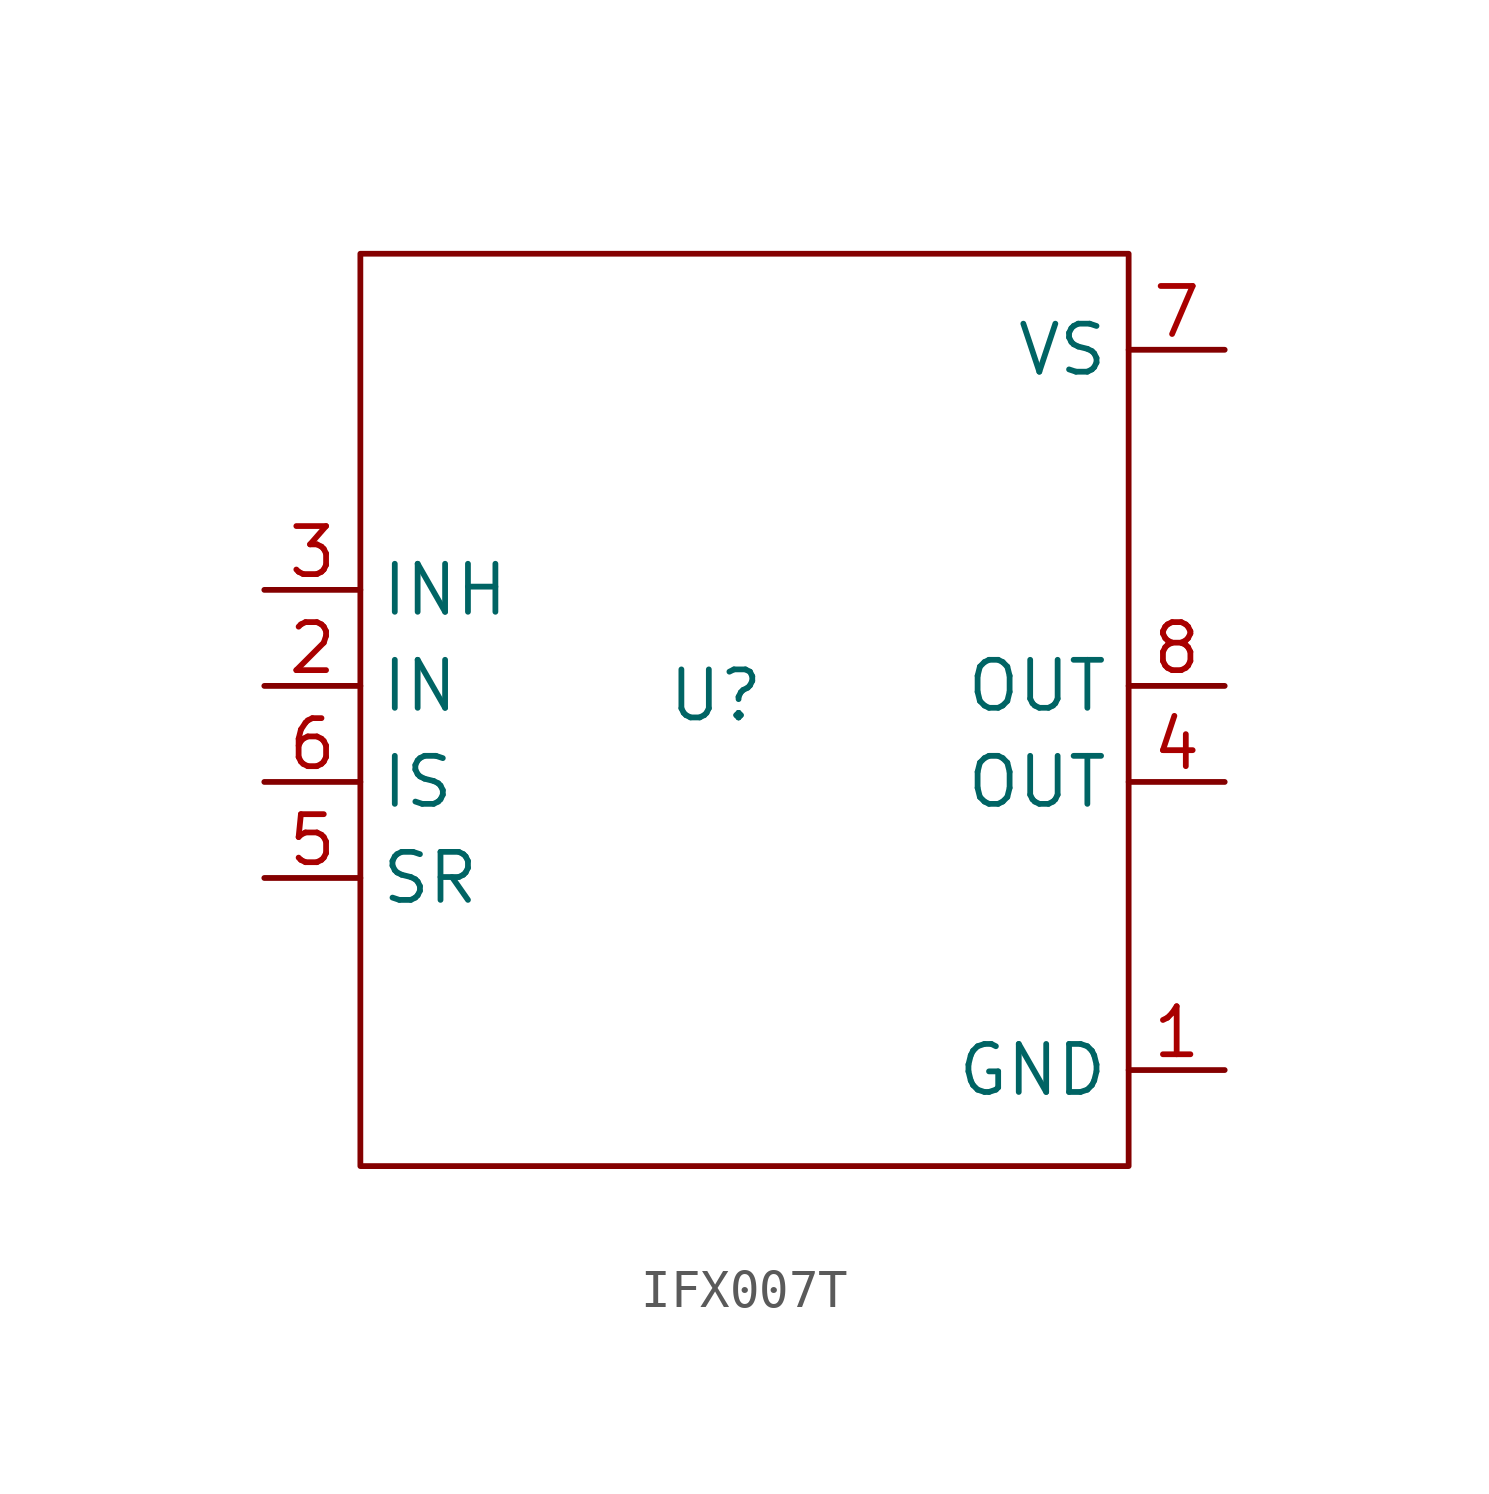
<source format=kicad_sym>
(kicad_symbol_lib
  (version 20231120)
  (generator "kicad_symbol_editor")
  (generator_version "8.0")
  (symbol "IFX007T"
    (property "Reference" "U"
      (at -0.762 -0.254 0)
      (effects (font (size 1.27 1.27))))
    (property "Value" ""
      (at -10.16 11.43 0)
      (effects (font (size 1.27 1.27))))
    (symbol "IFX007T_0_1"
      (rectangle (start -10.16 11.43) (end 10.16 -12.7) (stroke (width 0) (type default)) (fill (type none))))
    (symbol "IFX007T_1_1"
      (pin input line (at 12.7 -10.16 180) (length 2.54) (name "GND" (effects (font (size 1.27 1.27)))) (number "1" (effects (font (size 1.27 1.27)))))
      (pin input line (at -12.7 0 0) (length 2.54) (name "IN" (effects (font (size 1.27 1.27)))) (number "2" (effects (font (size 1.27 1.27)))))
      (pin input line (at -12.7 2.54 0) (length 2.54) (name "INH" (effects (font (size 1.27 1.27)))) (number "3" (effects (font (size 1.27 1.27)))))
      (pin input line (at 12.7 -2.54 180) (length 2.54) (name "OUT" (effects (font (size 1.27 1.27)))) (number "4" (effects (font (size 1.27 1.27)))))
      (pin input line (at -12.7 -5.08 0) (length 2.54) (name "SR" (effects (font (size 1.27 1.27)))) (number "5" (effects (font (size 1.27 1.27)))))
      (pin input line (at -12.7 -2.54 0) (length 2.54) (name "IS" (effects (font (size 1.27 1.27)))) (number "6" (effects (font (size 1.27 1.27)))))
      (pin input line (at 12.7 8.89 180) (length 2.54) (name "VS" (effects (font (size 1.27 1.27)))) (number "7" (effects (font (size 1.27 1.27)))))
      (pin input line (at 12.7 0 180) (length 2.54) (name "OUT" (effects (font (size 1.27 1.27)))) (number "8" (effects (font (size 1.27 1.27))))))))
</source>
